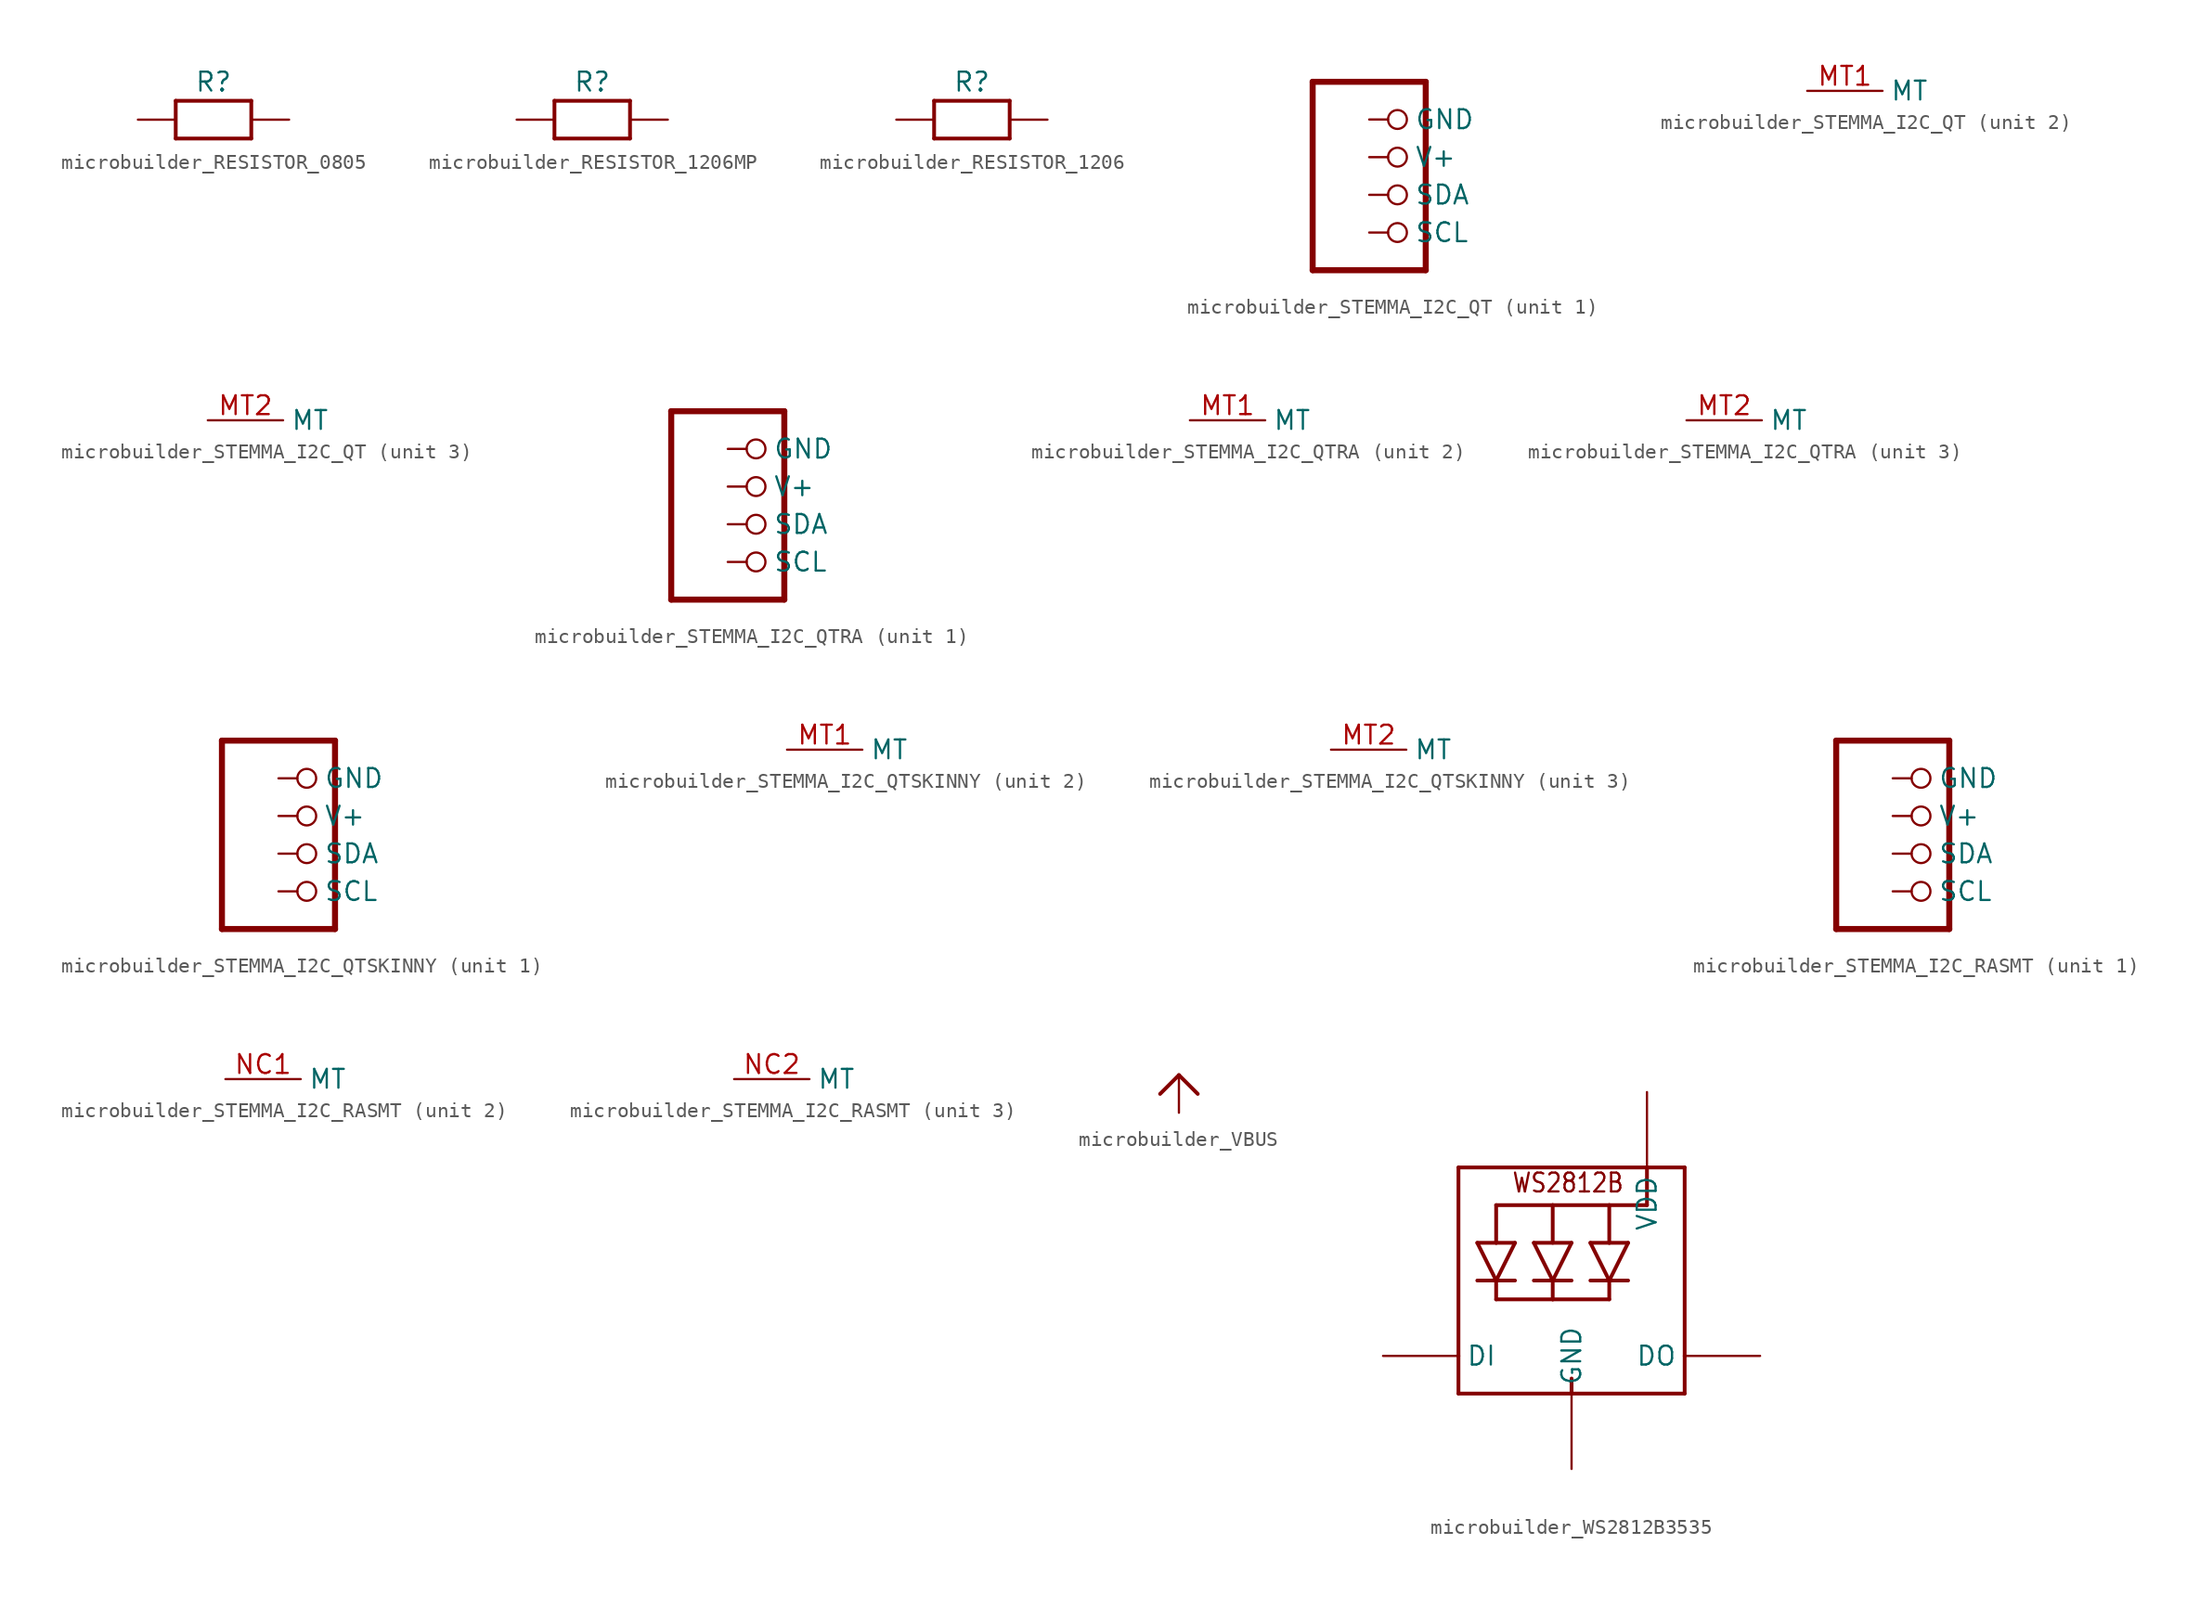
<source format=kicad_sym>
(kicad_symbol_lib
  (version 20231120)
  (generator "kicad_symbol_editor")
  (generator_version "8.0")
  (symbol "microbuilder_RESISTOR_0805"
    (property "Reference" "R"
      (at 0 2.54 0)
      (effects (font (size 1.27 1.27))))
    (property "Value" ""
      (at 0 0 0)
      (effects (font (size 1.016 1.016) (bold yes))))
    (property "ki_locked" ""
      (at 0 0 0)
      (effects (font (size 1.27 1.27))))
    (symbol "microbuilder_RESISTOR_0805_1_0"
      (polyline (pts (xy -2.54 -1.27) (xy -2.54 1.27)) (stroke (width 0.254) (type solid)) (fill (type none)))
      (polyline (pts (xy -2.54 1.27) (xy 2.54 1.27)) (stroke (width 0.254) (type solid)) (fill (type none)))
      (polyline (pts (xy 2.54 -1.27) (xy -2.54 -1.27)) (stroke (width 0.254) (type solid)) (fill (type none)))
      (polyline (pts (xy 2.54 1.27) (xy 2.54 -1.27)) (stroke (width 0.254) (type solid)) (fill (type none)))
      (pin passive line (at -5.08 0 0) (length 2.54) (name "1" (effects (font (size 0 0)))) (number "1" (effects (font (size 0 0)))))
      (pin passive line (at 5.08 0 180) (length 2.54) (name "2" (effects (font (size 0 0)))) (number "2" (effects (font (size 0 0)))))))
  (symbol "microbuilder_RESISTOR_1206MP"
    (property "Reference" "R"
      (at 0 2.54 0)
      (effects (font (size 1.27 1.27))))
    (property "Value" ""
      (at 0 0 0)
      (effects (font (size 1.016 1.016) (bold yes))))
    (property "ki_locked" ""
      (at 0 0 0)
      (effects (font (size 1.27 1.27))))
    (symbol "microbuilder_RESISTOR_1206MP_1_0"
      (polyline (pts (xy -2.54 -1.27) (xy -2.54 1.27)) (stroke (width 0.254) (type solid)) (fill (type none)))
      (polyline (pts (xy -2.54 1.27) (xy 2.54 1.27)) (stroke (width 0.254) (type solid)) (fill (type none)))
      (polyline (pts (xy 2.54 -1.27) (xy -2.54 -1.27)) (stroke (width 0.254) (type solid)) (fill (type none)))
      (polyline (pts (xy 2.54 1.27) (xy 2.54 -1.27)) (stroke (width 0.254) (type solid)) (fill (type none)))
      (pin passive line (at -5.08 0 0) (length 2.54) (name "1" (effects (font (size 0 0)))) (number "1" (effects (font (size 0 0)))))
      (pin passive line (at 5.08 0 180) (length 2.54) (name "2" (effects (font (size 0 0)))) (number "2" (effects (font (size 0 0)))))))
  (symbol "microbuilder_RESISTOR_1206"
    (property "Reference" "R"
      (at 0 2.54 0)
      (effects (font (size 1.27 1.27))))
    (property "Value" ""
      (at 0 0 0)
      (effects (font (size 1.016 1.016) (bold yes))))
    (property "ki_locked" ""
      (at 0 0 0)
      (effects (font (size 1.27 1.27))))
    (symbol "microbuilder_RESISTOR_1206_1_0"
      (polyline (pts (xy -2.54 -1.27) (xy -2.54 1.27)) (stroke (width 0.254) (type solid)) (fill (type none)))
      (polyline (pts (xy -2.54 1.27) (xy 2.54 1.27)) (stroke (width 0.254) (type solid)) (fill (type none)))
      (polyline (pts (xy 2.54 -1.27) (xy -2.54 -1.27)) (stroke (width 0.254) (type solid)) (fill (type none)))
      (polyline (pts (xy 2.54 1.27) (xy 2.54 -1.27)) (stroke (width 0.254) (type solid)) (fill (type none)))
      (pin passive line (at -5.08 0 0) (length 2.54) (name "1" (effects (font (size 0 0)))) (number "1" (effects (font (size 0 0)))))
      (pin passive line (at 5.08 0 180) (length 2.54) (name "2" (effects (font (size 0 0)))) (number "2" (effects (font (size 0 0)))))))
  (symbol "microbuilder_STEMMA_I2C_QT"
    (property "Reference" "CONN"
      (at -3.81 8.255 0)
      (effects (font (size 1.778 1.511)) (justify left bottom) (hide yes)))
    (property "ki_locked" ""
      (at 0 0 0)
      (effects (font (size 1.27 1.27))))
    (symbol "microbuilder_STEMMA_I2C_QT_1_0"
      (polyline (pts (xy -3.81 -5.08) (xy 3.81 -5.08)) (stroke (width 0.406) (type solid)) (fill (type none)))
      (polyline (pts (xy -3.81 7.62) (xy -3.81 -5.08)) (stroke (width 0.406) (type solid)) (fill (type none)))
      (polyline (pts (xy 3.81 -5.08) (xy 3.81 7.62)) (stroke (width 0.406) (type solid)) (fill (type none)))
      (polyline (pts (xy 3.81 7.62) (xy -3.81 7.62)) (stroke (width 0.406) (type solid)) (fill (type none)))
      (pin passive inverted (at 0 5.08 0) (length 2.54) (name "GND" (effects (font (size 1.27 1.27)))) (number "1" (effects (font (size 0 0)))))
      (pin passive inverted (at 0 2.54 0) (length 2.54) (name "V+" (effects (font (size 1.27 1.27)))) (number "2" (effects (font (size 0 0)))))
      (pin passive inverted (at 0 0 0) (length 2.54) (name "SDA" (effects (font (size 1.27 1.27)))) (number "3" (effects (font (size 0 0)))))
      (pin passive inverted (at 0 -2.54 0) (length 2.54) (name "SCL" (effects (font (size 1.27 1.27)))) (number "4" (effects (font (size 0 0))))))
    (symbol "microbuilder_STEMMA_I2C_QT_2_0"
      (pin bidirectional line (at 0 0 0) (length 5.08) (name "MT" (effects (font (size 1.27 1.27)))) (number "MT1" (effects (font (size 1.27 1.27))))))
    (symbol "microbuilder_STEMMA_I2C_QT_3_0"
      (pin bidirectional line (at 0 0 0) (length 5.08) (name "MT" (effects (font (size 1.27 1.27)))) (number "MT2" (effects (font (size 1.27 1.27)))))))
  (symbol "microbuilder_STEMMA_I2C_QTRA"
    (property "Reference" "CONN"
      (at -3.81 8.255 0)
      (effects (font (size 1.778 1.511)) (justify left bottom) (hide yes)))
    (property "ki_locked" ""
      (at 0 0 0)
      (effects (font (size 1.27 1.27))))
    (symbol "microbuilder_STEMMA_I2C_QTRA_1_0"
      (polyline (pts (xy -3.81 -5.08) (xy 3.81 -5.08)) (stroke (width 0.406) (type solid)) (fill (type none)))
      (polyline (pts (xy -3.81 7.62) (xy -3.81 -5.08)) (stroke (width 0.406) (type solid)) (fill (type none)))
      (polyline (pts (xy 3.81 -5.08) (xy 3.81 7.62)) (stroke (width 0.406) (type solid)) (fill (type none)))
      (polyline (pts (xy 3.81 7.62) (xy -3.81 7.62)) (stroke (width 0.406) (type solid)) (fill (type none)))
      (pin passive inverted (at 0 5.08 0) (length 2.54) (name "GND" (effects (font (size 1.27 1.27)))) (number "1" (effects (font (size 0 0)))))
      (pin passive inverted (at 0 2.54 0) (length 2.54) (name "V+" (effects (font (size 1.27 1.27)))) (number "2" (effects (font (size 0 0)))))
      (pin passive inverted (at 0 0 0) (length 2.54) (name "SDA" (effects (font (size 1.27 1.27)))) (number "3" (effects (font (size 0 0)))))
      (pin passive inverted (at 0 -2.54 0) (length 2.54) (name "SCL" (effects (font (size 1.27 1.27)))) (number "4" (effects (font (size 0 0))))))
    (symbol "microbuilder_STEMMA_I2C_QTRA_2_0"
      (pin bidirectional line (at 0 0 0) (length 5.08) (name "MT" (effects (font (size 1.27 1.27)))) (number "MT1" (effects (font (size 1.27 1.27))))))
    (symbol "microbuilder_STEMMA_I2C_QTRA_3_0"
      (pin bidirectional line (at 0 0 0) (length 5.08) (name "MT" (effects (font (size 1.27 1.27)))) (number "MT2" (effects (font (size 1.27 1.27)))))))
  (symbol "microbuilder_STEMMA_I2C_QTSKINNY"
    (property "Reference" "CONN"
      (at -3.81 8.255 0)
      (effects (font (size 1.778 1.511)) (justify left bottom) (hide yes)))
    (property "ki_locked" ""
      (at 0 0 0)
      (effects (font (size 1.27 1.27))))
    (symbol "microbuilder_STEMMA_I2C_QTSKINNY_1_0"
      (polyline (pts (xy -3.81 -5.08) (xy 3.81 -5.08)) (stroke (width 0.406) (type solid)) (fill (type none)))
      (polyline (pts (xy -3.81 7.62) (xy -3.81 -5.08)) (stroke (width 0.406) (type solid)) (fill (type none)))
      (polyline (pts (xy 3.81 -5.08) (xy 3.81 7.62)) (stroke (width 0.406) (type solid)) (fill (type none)))
      (polyline (pts (xy 3.81 7.62) (xy -3.81 7.62)) (stroke (width 0.406) (type solid)) (fill (type none)))
      (pin passive inverted (at 0 5.08 0) (length 2.54) (name "GND" (effects (font (size 1.27 1.27)))) (number "1" (effects (font (size 0 0)))))
      (pin passive inverted (at 0 2.54 0) (length 2.54) (name "V+" (effects (font (size 1.27 1.27)))) (number "2" (effects (font (size 0 0)))))
      (pin passive inverted (at 0 0 0) (length 2.54) (name "SDA" (effects (font (size 1.27 1.27)))) (number "3" (effects (font (size 0 0)))))
      (pin passive inverted (at 0 -2.54 0) (length 2.54) (name "SCL" (effects (font (size 1.27 1.27)))) (number "4" (effects (font (size 0 0))))))
    (symbol "microbuilder_STEMMA_I2C_QTSKINNY_2_0"
      (pin bidirectional line (at 0 0 0) (length 5.08) (name "MT" (effects (font (size 1.27 1.27)))) (number "MT1" (effects (font (size 1.27 1.27))))))
    (symbol "microbuilder_STEMMA_I2C_QTSKINNY_3_0"
      (pin bidirectional line (at 0 0 0) (length 5.08) (name "MT" (effects (font (size 1.27 1.27)))) (number "MT2" (effects (font (size 1.27 1.27)))))))
  (symbol "microbuilder_STEMMA_I2C_RASMT"
    (property "Reference" "CONN"
      (at -3.81 8.255 0)
      (effects (font (size 1.778 1.511)) (justify left bottom) (hide yes)))
    (property "ki_locked" ""
      (at 0 0 0)
      (effects (font (size 1.27 1.27))))
    (symbol "microbuilder_STEMMA_I2C_RASMT_1_0"
      (polyline (pts (xy -3.81 -5.08) (xy 3.81 -5.08)) (stroke (width 0.406) (type solid)) (fill (type none)))
      (polyline (pts (xy -3.81 7.62) (xy -3.81 -5.08)) (stroke (width 0.406) (type solid)) (fill (type none)))
      (polyline (pts (xy 3.81 -5.08) (xy 3.81 7.62)) (stroke (width 0.406) (type solid)) (fill (type none)))
      (polyline (pts (xy 3.81 7.62) (xy -3.81 7.62)) (stroke (width 0.406) (type solid)) (fill (type none)))
      (pin passive inverted (at 0 5.08 0) (length 2.54) (name "GND" (effects (font (size 1.27 1.27)))) (number "1" (effects (font (size 0 0)))))
      (pin passive inverted (at 0 2.54 0) (length 2.54) (name "V+" (effects (font (size 1.27 1.27)))) (number "2" (effects (font (size 0 0)))))
      (pin passive inverted (at 0 0 0) (length 2.54) (name "SDA" (effects (font (size 1.27 1.27)))) (number "3" (effects (font (size 0 0)))))
      (pin passive inverted (at 0 -2.54 0) (length 2.54) (name "SCL" (effects (font (size 1.27 1.27)))) (number "4" (effects (font (size 0 0))))))
    (symbol "microbuilder_STEMMA_I2C_RASMT_2_0"
      (pin bidirectional line (at 0 0 0) (length 5.08) (name "MT" (effects (font (size 1.27 1.27)))) (number "NC1" (effects (font (size 1.27 1.27))))))
    (symbol "microbuilder_STEMMA_I2C_RASMT_3_0"
      (pin bidirectional line (at 0 0 0) (length 5.08) (name "MT" (effects (font (size 1.27 1.27)))) (number "NC2" (effects (font (size 1.27 1.27)))))))
  (symbol "microbuilder_VBUS"
    (power)
    (property "Reference" ""
      (at 0 0 0)
      (effects (font (size 1.27 1.27)) (hide yes)))
    (property "Value" ""
      (at -1.524 1.016 0)
      (effects (font (size 1.27 1.079)) (justify left bottom)))
    (property "ki_locked" ""
      (at 0 0 0)
      (effects (font (size 1.27 1.27))))
    (symbol "microbuilder_VBUS_1_0"
      (polyline (pts (xy -1.27 -1.27) (xy 0 0)) (stroke (width 0.254) (type solid)) (fill (type none)))
      (polyline (pts (xy 0 0) (xy 1.27 -1.27)) (stroke (width 0.254) (type solid)) (fill (type none)))
      (pin power_in line (at 0 -2.54 90) (length 2.54) (name "VBUS" (effects (font (size 0 0)))) (number "1" (effects (font (size 0 0)))))))
  (symbol "microbuilder_WS2812B3535"
    (property "Reference" "LED"
      (at 0 0 0)
      (effects (font (size 1.27 1.27)) (hide yes)))
    (property "ki_locked" ""
      (at 0 0 0)
      (effects (font (size 1.27 1.27))))
    (symbol "microbuilder_WS2812B3535_1_0"
      (polyline (pts (xy -7.62 -5.08) (xy 0 -5.08)) (stroke (width 0.254) (type solid)) (fill (type none)))
      (polyline (pts (xy -7.62 -2.54) (xy -7.62 -5.08)) (stroke (width 0.254) (type solid)) (fill (type none)))
      (polyline (pts (xy -7.62 10.16) (xy -7.62 -2.54)) (stroke (width 0.254) (type solid)) (fill (type none)))
      (polyline (pts (xy -6.35 2.54) (xy -5.08 2.54)) (stroke (width 0.254) (type solid)) (fill (type none)))
      (polyline (pts (xy -6.35 5.08) (xy -5.08 5.08)) (stroke (width 0.254) (type solid)) (fill (type none)))
      (polyline (pts (xy -5.08 2.54) (xy -6.35 5.08)) (stroke (width 0.254) (type solid)) (fill (type none)))
      (polyline (pts (xy -5.08 2.54) (xy -5.08 1.27)) (stroke (width 0.254) (type solid)) (fill (type none)))
      (polyline (pts (xy -5.08 2.54) (xy -3.81 5.08)) (stroke (width 0.254) (type solid)) (fill (type none)))
      (polyline (pts (xy -5.08 5.08) (xy -3.81 5.08)) (stroke (width 0.254) (type solid)) (fill (type none)))
      (polyline (pts (xy -5.08 7.62) (xy -5.08 5.08)) (stroke (width 0.254) (type solid)) (fill (type none)))
      (polyline (pts (xy -3.81 2.54) (xy -5.08 2.54)) (stroke (width 0.254) (type solid)) (fill (type none)))
      (polyline (pts (xy -2.54 2.54) (xy -1.27 2.54)) (stroke (width 0.254) (type solid)) (fill (type none)))
      (polyline (pts (xy -2.54 5.08) (xy 0 5.08)) (stroke (width 0.254) (type solid)) (fill (type none)))
      (polyline (pts (xy -1.27 1.27) (xy -5.08 1.27)) (stroke (width 0.254) (type solid)) (fill (type none)))
      (polyline (pts (xy -1.27 2.54) (xy -2.54 5.08)) (stroke (width 0.254) (type solid)) (fill (type none)))
      (polyline (pts (xy -1.27 2.54) (xy -1.27 1.27)) (stroke (width 0.254) (type solid)) (fill (type none)))
      (polyline (pts (xy -1.27 2.54) (xy 0 2.54)) (stroke (width 0.254) (type solid)) (fill (type none)))
      (polyline (pts (xy -1.27 5.08) (xy -1.27 7.62)) (stroke (width 0.254) (type solid)) (fill (type none)))
      (polyline (pts (xy -1.27 7.62) (xy -5.08 7.62)) (stroke (width 0.254) (type solid)) (fill (type none)))
      (polyline (pts (xy 0 -5.08) (xy 7.62 -5.08)) (stroke (width 0.254) (type solid)) (fill (type none)))
      (polyline (pts (xy 0 -4.064) (xy 0 -5.08)) (stroke (width 0.254) (type solid)) (fill (type none)))
      (polyline (pts (xy 0 5.08) (xy -1.27 2.54)) (stroke (width 0.254) (type solid)) (fill (type none)))
      (polyline (pts (xy 1.27 5.08) (xy 2.54 2.54)) (stroke (width 0.254) (type solid)) (fill (type none)))
      (polyline (pts (xy 1.27 5.08) (xy 2.54 5.08)) (stroke (width 0.254) (type solid)) (fill (type none)))
      (polyline (pts (xy 2.54 1.27) (xy -1.27 1.27)) (stroke (width 0.254) (type solid)) (fill (type none)))
      (polyline (pts (xy 2.54 2.54) (xy 1.27 2.54)) (stroke (width 0.254) (type solid)) (fill (type none)))
      (polyline (pts (xy 2.54 2.54) (xy 2.54 1.27)) (stroke (width 0.254) (type solid)) (fill (type none)))
      (polyline (pts (xy 2.54 2.54) (xy 3.81 2.54)) (stroke (width 0.254) (type solid)) (fill (type none)))
      (polyline (pts (xy 2.54 2.54) (xy 3.81 5.08)) (stroke (width 0.254) (type solid)) (fill (type none)))
      (polyline (pts (xy 2.54 5.08) (xy 2.54 7.62)) (stroke (width 0.254) (type solid)) (fill (type none)))
      (polyline (pts (xy 2.54 7.62) (xy -1.27 7.62)) (stroke (width 0.254) (type solid)) (fill (type none)))
      (polyline (pts (xy 2.54 7.62) (xy 5.08 7.62)) (stroke (width 0.254) (type solid)) (fill (type none)))
      (polyline (pts (xy 3.81 5.08) (xy 2.54 5.08)) (stroke (width 0.254) (type solid)) (fill (type none)))
      (polyline (pts (xy 5.08 10.16) (xy -7.62 10.16)) (stroke (width 0.254) (type solid)) (fill (type none)))
      (polyline (pts (xy 5.08 10.16) (xy 5.08 7.62)) (stroke (width 0.254) (type solid)) (fill (type none)))
      (polyline (pts (xy 7.62 -5.08) (xy 7.62 -2.54)) (stroke (width 0.254) (type solid)) (fill (type none)))
      (polyline (pts (xy 7.62 -2.54) (xy 7.62 10.16)) (stroke (width 0.254) (type solid)) (fill (type none)))
      (polyline (pts (xy 7.62 10.16) (xy 5.08 10.16)) (stroke (width 0.254) (type solid)) (fill (type none)))
      (text "WS2812B" (at -4.064 8.382 0) (effects (font (size 1.27 1.079)) (justify left bottom)))
      (pin input line (at -12.7 -2.54 0) (length 5.08) (name "DI" (effects (font (size 1.27 1.27)))) (number "1" (effects (font (size 0 0)))))
      (pin power_in line (at 5.08 15.24 270) (length 5.08) (name "VDD" (effects (font (size 1.27 1.27)))) (number "2" (effects (font (size 0 0)))))
      (pin output line (at 12.7 -2.54 180) (length 5.08) (name "DO" (effects (font (size 1.27 1.27)))) (number "3" (effects (font (size 0 0)))))
      (pin power_in line (at 0 -10.16 90) (length 5.08) (name "GND" (effects (font (size 1.27 1.27)))) (number "4" (effects (font (size 0 0))))))))
</source>
